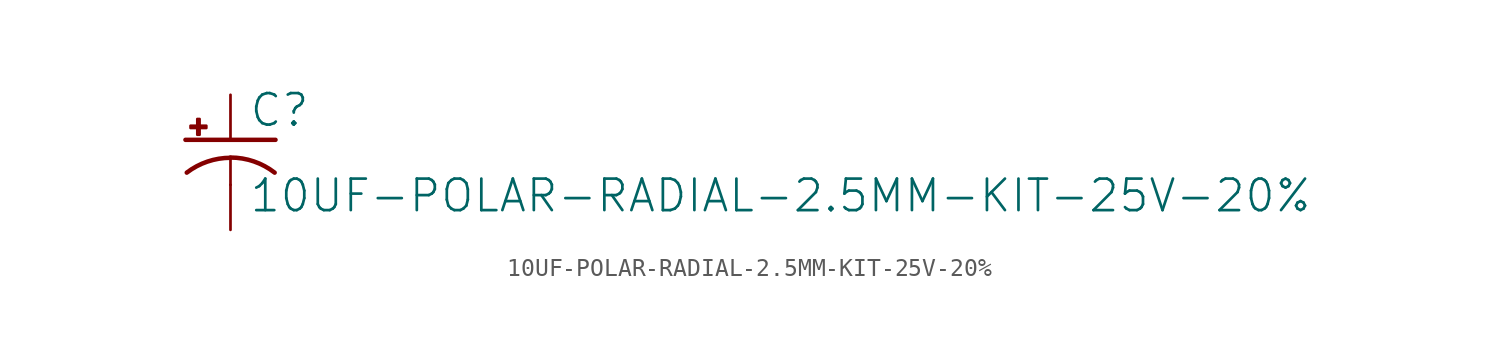
<source format=kicad_sym>
(kicad_symbol_lib
  (version 20211014)
  (generator kicad_symbol_editor)
  (symbol "10UF-POLAR-RADIAL-2.5MM-KIT-25V-20%"
    (property "Reference" "C"
      (at 1.016 0.635 0)
      (effects (font (size 1.778 1.778)) (justify left bottom)))
    (property "Value" "10UF-POLAR-RADIAL-2.5MM-KIT-25V-20%"
      (at 1.016 -4.191 0)
      (effects (font (size 1.778 1.778)) (justify left bottom)))
    (property "ki_locked" ""
      (at 0 0 0)
      (effects (font (size 1.27 1.27))))
    (symbol "10UF-POLAR-RADIAL-2.5MM-KIT-25V-20%_1_0"
      (rectangle (start -2.253 0.668) (end -1.364 0.795) (stroke (width 0) (type default) (color 0 0 0 0)) (fill (type outline)))
      (rectangle (start -1.872 0.287) (end -1.745 1.176) (stroke (width 0) (type default) (color 0 0 0 0)) (fill (type outline)))
      (arc (start 0 -1.0161) (mid -1.3021 -1.2302) (end -2.4669 -1.8504) (stroke (width 0.254) (type default) (color 0 0 0 0)) (fill (type none)))
      (polyline (pts (xy -2.54 0) (xy 2.54 0)) (stroke (width 0.254) (type default) (color 0 0 0 0)) (fill (type none)))
      (polyline (pts (xy 0 -1.016) (xy 0 -2.54)) (stroke (width 0.152) (type default) (color 0 0 0 0)) (fill (type none)))
      (arc (start 2.4892 -1.8542) (mid 1.3158 -1.2195) (end 0 -1) (stroke (width 0.254) (type default) (color 0 0 0 0)) (fill (type none)))
      (pin passive line (at 0 2.54 270) (length 2.54) (name "+" (effects (font (size 0 0)))) (number "1" (effects (font (size 0 0)))))
      (pin passive line (at 0 -5.08 90) (length 2.54) (name "-" (effects (font (size 0 0)))) (number "2" (effects (font (size 0 0))))))))
</source>
